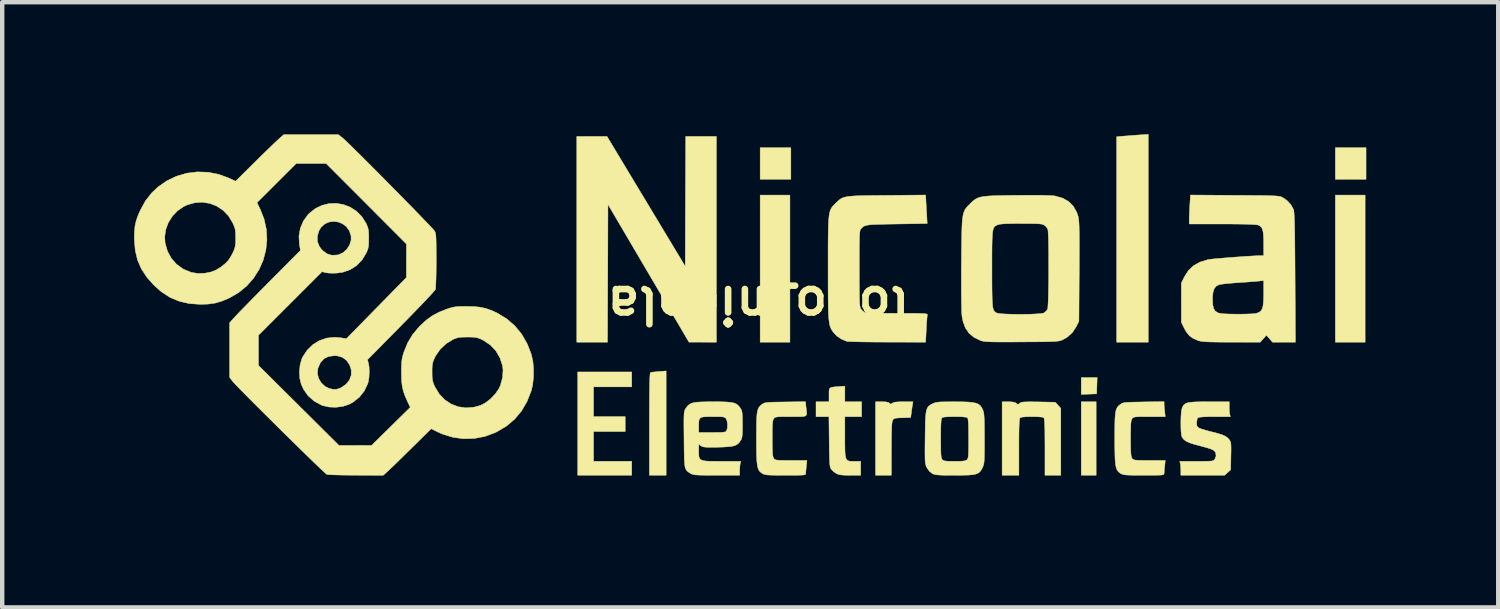
<source format=kicad_pcb>
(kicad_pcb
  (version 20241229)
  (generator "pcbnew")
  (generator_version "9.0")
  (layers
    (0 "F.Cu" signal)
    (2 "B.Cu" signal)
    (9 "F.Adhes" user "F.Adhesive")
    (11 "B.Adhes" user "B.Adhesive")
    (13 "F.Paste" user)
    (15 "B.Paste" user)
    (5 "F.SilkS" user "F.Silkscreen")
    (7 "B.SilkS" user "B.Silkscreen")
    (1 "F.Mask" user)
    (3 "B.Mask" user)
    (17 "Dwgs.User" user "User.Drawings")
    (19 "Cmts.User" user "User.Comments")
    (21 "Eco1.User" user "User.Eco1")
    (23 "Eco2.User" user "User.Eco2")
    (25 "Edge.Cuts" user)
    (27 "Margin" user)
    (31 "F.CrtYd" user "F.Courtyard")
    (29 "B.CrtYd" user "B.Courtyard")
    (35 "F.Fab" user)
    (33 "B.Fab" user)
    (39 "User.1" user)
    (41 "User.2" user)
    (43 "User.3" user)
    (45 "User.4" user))
  (footprint "logo_nicolai"
    (layer "F.Cu")
    (at 14.004 3.885)
    (property "Reference" "logo_nicolai" (at 0 0 180) (unlocked yes) (layer "F.SilkS") (effects (font (size 0.8 0.8) (thickness 0.15))))
    (attr through_hole)
    (fp_poly (pts (xy 0.91 0.847) (xy 0.233 0.847) (xy 0.233 -2.498) (xy 0.91 -2.498) (xy 0.91 0.847)) (stroke (width 0.01) (type solid)) (fill yes) (layer "F.SilkS"))
    (fp_poly (pts (xy 0.931 -2.857) (xy 0.233 -2.857) (xy 0.233 -3.577) (xy 0.931 -3.577) (xy 0.931 -2.857)) (stroke (width 0.01) (type solid)) (fill yes) (layer "F.SilkS"))
    (fp_poly (pts (xy 7.874 3.873) (xy 7.535 3.873) (xy 7.535 2.201) (xy 7.874 2.201) (xy 7.874 3.873)) (stroke (width 0.01) (type solid)) (fill yes) (layer "F.SilkS"))
    (fp_poly (pts (xy 13.991 0.847) (xy 13.314 0.847) (xy 13.314 -2.498) (xy 13.991 -2.498) (xy 13.991 0.847)) (stroke (width 0.01) (type solid)) (fill yes) (layer "F.SilkS"))
    (fp_poly (pts (xy 14.012 -2.857) (xy 13.314 -2.857) (xy 13.314 -3.577) (xy 14.012 -3.577) (xy 14.012 -2.857)) (stroke (width 0.01) (type solid)) (fill yes) (layer "F.SilkS"))
    (fp_poly (pts (xy 7.891 1.836) (xy 7.885 2.021) (xy 7.71 2.028) (xy 7.535 2.034) (xy 7.535 1.651) (xy 7.897 1.651) (xy 7.891 1.836)) (stroke (width 0.01) (type solid)) (fill yes) (layer "F.SilkS"))
    (fp_poly (pts (xy 9.059 0.847) (xy 8.34 0.847) (xy 8.34 -3.825) (xy 8.493 -3.839) (xy 8.587 -3.846) (xy 8.703 -3.855) (xy 8.819 -3.864) (xy 8.853 -3.866) (xy 9.059 -3.88) (xy 9.059 0.847)) (stroke (width 0.01) (type solid)) (fill yes) (layer "F.SilkS"))
    (fp_poly (pts (xy -2.688 1.863) (xy -3.556 1.863) (xy -3.556 2.54) (xy -2.836 2.54) (xy -2.836 2.879) (xy -3.556 2.879) (xy -3.556 3.556) (xy -2.688 3.556) (xy -2.688 3.873) (xy -3.916 3.873) (xy -3.916 1.524) (xy -2.688 1.524) (xy -2.688 1.863)) (stroke (width 0.01) (type solid)) (fill yes) (layer "F.SilkS"))
    (fp_poly (pts (xy -0.762 0.847) (xy -1.074 0.846) (xy -1.386 0.845) (xy -3.228 -2.287) (xy -3.233 -0.72) (xy -3.239 0.847) (xy -3.937 0.847) (xy -3.937 -3.831) (xy -3.593 -3.831) (xy -3.249 -3.831) (xy -1.471 -0.878) (xy -1.466 -2.355) (xy -1.46 -3.831) (xy -0.762 -3.831) (xy -0.762 0.847)) (stroke (width 0.01) (type solid)) (fill yes) (layer "F.SilkS"))
    (fp_poly (pts (xy -1.905 3.873) (xy -2.286 3.873) (xy -2.286 2.709) (xy -2.286 2.446) (xy -2.285 2.223) (xy -2.284 2.037) (xy -2.282 1.885) (xy -2.28 1.764) (xy -2.277 1.672) (xy -2.273 1.606) (xy -2.269 1.563) (xy -2.264 1.541) (xy -2.26 1.536) (xy -2.227 1.53) (xy -2.164 1.523) (xy -2.084 1.515) (xy -2.069 1.514) (xy -1.905 1.501) (xy -1.905 3.873)) (stroke (width 0.01) (type solid)) (fill yes) (layer "F.SilkS"))
    (fp_poly (pts (xy 3.094 2.205) (xy 3.15 2.217) (xy 3.175 2.234) (xy 3.2 2.255) (xy 3.226 2.244) (xy 3.238 2.234) (xy 3.267 2.218) (xy 3.317 2.208) (xy 3.396 2.203) (xy 3.491 2.201) (xy 3.709 2.201) (xy 3.697 2.27) (xy 3.687 2.333) (xy 3.675 2.413) (xy 3.671 2.449) (xy 3.657 2.56) (xy 3.464 2.566) (xy 3.372 2.569) (xy 3.314 2.575) (xy 3.279 2.585) (xy 3.258 2.602) (xy 3.245 2.625) (xy 3.236 2.655) (xy 3.229 2.71) (xy 3.224 2.793) (xy 3.221 2.908) (xy 3.219 3.058) (xy 3.218 3.247) (xy 3.218 3.276) (xy 3.217 3.873) (xy 2.857 3.873) (xy 2.857 2.201) (xy 3.003 2.201) (xy 3.094 2.205)) (stroke (width 0.01) (type solid)) (fill yes) (layer "F.SilkS"))
    (fp_poly (pts (xy 5.97 2.206) (xy 6.03 2.219) (xy 6.057 2.236) (xy 6.089 2.26) (xy 6.115 2.253) (xy 6.136 2.235) (xy 6.155 2.222) (xy 6.182 2.213) (xy 6.223 2.207) (xy 6.286 2.204) (xy 6.375 2.203) (xy 6.498 2.204) (xy 6.561 2.205) (xy 6.946 2.212) (xy 7.008 2.281) (xy 7.07 2.35) (xy 7.07 3.873) (xy 6.71 3.873) (xy 6.71 3.232) (xy 6.709 3.034) (xy 6.708 2.875) (xy 6.705 2.752) (xy 6.701 2.663) (xy 6.695 2.603) (xy 6.688 2.572) (xy 6.684 2.565) (xy 6.648 2.552) (xy 6.57 2.544) (xy 6.451 2.54) (xy 6.413 2.54) (xy 6.284 2.542) (xy 6.195 2.55) (xy 6.148 2.562) (xy 6.143 2.565) (xy 6.135 2.586) (xy 6.128 2.633) (xy 6.124 2.708) (xy 6.12 2.816) (xy 6.118 2.958) (xy 6.117 3.139) (xy 6.117 3.232) (xy 6.117 3.873) (xy 5.736 3.873) (xy 5.736 2.201) (xy 5.877 2.201) (xy 5.97 2.206)) (stroke (width 0.01) (type solid)) (fill yes) (layer "F.SilkS"))
    (fp_poly (pts (xy 2.159 2.201) (xy 2.54 2.201) (xy 2.54 2.54) (xy 2.159 2.54) (xy 2.159 3.001) (xy 2.159 3.168) (xy 2.161 3.298) (xy 2.166 3.395) (xy 2.176 3.464) (xy 2.194 3.51) (xy 2.22 3.537) (xy 2.257 3.551) (xy 2.307 3.556) (xy 2.371 3.556) (xy 2.519 3.556) (xy 2.519 3.873) (xy 2.281 3.873) (xy 2.163 3.872) (xy 2.079 3.866) (xy 2.018 3.855) (xy 1.972 3.837) (xy 1.97 3.836) (xy 1.908 3.795) (xy 1.856 3.743) (xy 1.854 3.74) (xy 1.84 3.72) (xy 1.83 3.696) (xy 1.822 3.664) (xy 1.816 3.618) (xy 1.812 3.553) (xy 1.809 3.463) (xy 1.806 3.344) (xy 1.804 3.19) (xy 1.803 3.11) (xy 1.797 2.54) (xy 1.503 2.54) (xy 1.503 2.201) (xy 1.799 2.201) (xy 1.799 2.043) (xy 1.799 1.968) (xy 1.805 1.918) (xy 1.823 1.888) (xy 1.861 1.872) (xy 1.926 1.863) (xy 2.026 1.855) (xy 2.027 1.855) (xy 2.159 1.846) (xy 2.159 2.201)) (stroke (width 0.01) (type solid)) (fill yes) (layer "F.SilkS"))
    (fp_poly (pts (xy 9.419 2.258) (xy 9.422 2.315) (xy 9.429 2.39) (xy 9.433 2.429) (xy 9.446 2.54) (xy 9.085 2.54) (xy 8.953 2.54) (xy 8.857 2.541) (xy 8.79 2.544) (xy 8.747 2.55) (xy 8.72 2.559) (xy 8.703 2.571) (xy 8.69 2.587) (xy 8.678 2.611) (xy 8.669 2.648) (xy 8.663 2.704) (xy 8.66 2.785) (xy 8.658 2.897) (xy 8.657 3.037) (xy 8.658 3.184) (xy 8.66 3.294) (xy 8.664 3.374) (xy 8.67 3.429) (xy 8.679 3.465) (xy 8.69 3.488) (xy 8.704 3.505) (xy 8.722 3.517) (xy 8.75 3.526) (xy 8.796 3.531) (xy 8.864 3.534) (xy 8.963 3.535) (xy 9.085 3.535) (xy 9.446 3.535) (xy 9.433 3.665) (xy 9.425 3.741) (xy 9.421 3.804) (xy 9.419 3.834) (xy 9.417 3.847) (xy 9.407 3.857) (xy 9.383 3.864) (xy 9.342 3.869) (xy 9.277 3.871) (xy 9.183 3.873) (xy 9.055 3.873) (xy 8.959 3.873) (xy 8.805 3.873) (xy 8.688 3.872) (xy 8.601 3.869) (xy 8.539 3.865) (xy 8.495 3.858) (xy 8.462 3.848) (xy 8.437 3.836) (xy 8.433 3.833) (xy 8.396 3.808) (xy 8.367 3.778) (xy 8.344 3.74) (xy 8.326 3.687) (xy 8.314 3.617) (xy 8.305 3.523) (xy 8.301 3.402) (xy 8.298 3.248) (xy 8.297 3.057) (xy 8.297 3.032) (xy 8.298 2.844) (xy 8.299 2.693) (xy 8.303 2.574) (xy 8.31 2.483) (xy 8.321 2.415) (xy 8.336 2.363) (xy 8.357 2.325) (xy 8.385 2.293) (xy 8.42 2.264) (xy 8.431 2.256) (xy 8.453 2.241) (xy 8.48 2.23) (xy 8.516 2.222) (xy 8.568 2.216) (xy 8.642 2.212) (xy 8.744 2.209) (xy 8.88 2.207) (xy 8.955 2.205) (xy 9.419 2.199) (xy 9.419 2.258)) (stroke (width 0.01) (type solid)) (fill yes) (layer "F.SilkS"))
    (fp_poly (pts (xy 10.901 2.323) (xy 10.903 2.399) (xy 10.909 2.464) (xy 10.914 2.492) (xy 10.927 2.54) (xy 10.569 2.54) (xy 10.418 2.541) (xy 10.307 2.545) (xy 10.232 2.552) (xy 10.192 2.561) (xy 10.185 2.565) (xy 10.17 2.601) (xy 10.161 2.66) (xy 10.16 2.682) (xy 10.164 2.742) (xy 10.18 2.776) (xy 10.219 2.8) (xy 10.229 2.805) (xy 10.278 2.823) (xy 10.357 2.847) (xy 10.452 2.873) (xy 10.518 2.89) (xy 10.645 2.923) (xy 10.737 2.952) (xy 10.804 2.981) (xy 10.854 3.014) (xy 10.893 3.053) (xy 10.9 3.063) (xy 10.918 3.088) (xy 10.93 3.116) (xy 10.938 3.154) (xy 10.941 3.209) (xy 10.942 3.29) (xy 10.94 3.405) (xy 10.939 3.435) (xy 10.933 3.75) (xy 10.794 3.873) (xy 9.8 3.873) (xy 9.8 3.762) (xy 9.797 3.689) (xy 9.791 3.626) (xy 9.787 3.604) (xy 9.774 3.556) (xy 10.156 3.556) (xy 10.292 3.556) (xy 10.392 3.555) (xy 10.462 3.552) (xy 10.509 3.547) (xy 10.538 3.539) (xy 10.556 3.528) (xy 10.57 3.511) (xy 10.572 3.509) (xy 10.602 3.435) (xy 10.591 3.362) (xy 10.567 3.324) (xy 10.537 3.301) (xy 10.482 3.276) (xy 10.397 3.248) (xy 10.277 3.215) (xy 10.246 3.207) (xy 10.106 3.17) (xy 10.002 3.136) (xy 9.927 3.102) (xy 9.875 3.066) (xy 9.839 3.025) (xy 9.827 3.004) (xy 9.814 2.956) (xy 9.805 2.876) (xy 9.801 2.776) (xy 9.8 2.665) (xy 9.803 2.555) (xy 9.809 2.455) (xy 9.82 2.377) (xy 9.83 2.34) (xy 9.851 2.298) (xy 9.876 2.265) (xy 9.911 2.241) (xy 9.962 2.223) (xy 10.034 2.212) (xy 10.131 2.205) (xy 10.26 2.202) (xy 10.425 2.201) (xy 10.445 2.201) (xy 10.901 2.201) (xy 10.901 2.323)) (stroke (width 0.01) (type solid)) (fill yes) (layer "F.SilkS"))
    (fp_poly (pts (xy 1.277 2.33) (xy 1.286 2.407) (xy 1.291 2.462) (xy 1.286 2.5) (xy 1.266 2.523) (xy 1.226 2.535) (xy 1.159 2.54) (xy 1.061 2.541) (xy 0.933 2.54) (xy 0.801 2.54) (xy 0.706 2.541) (xy 0.64 2.544) (xy 0.597 2.55) (xy 0.57 2.559) (xy 0.553 2.572) (xy 0.541 2.587) (xy 0.529 2.611) (xy 0.52 2.648) (xy 0.514 2.704) (xy 0.51 2.785) (xy 0.509 2.897) (xy 0.508 3.037) (xy 0.509 3.184) (xy 0.511 3.294) (xy 0.514 3.374) (xy 0.521 3.429) (xy 0.53 3.465) (xy 0.541 3.488) (xy 0.555 3.505) (xy 0.573 3.517) (xy 0.601 3.526) (xy 0.646 3.531) (xy 0.715 3.534) (xy 0.814 3.535) (xy 0.936 3.535) (xy 1.297 3.535) (xy 1.284 3.665) (xy 1.276 3.741) (xy 1.271 3.804) (xy 1.27 3.834) (xy 1.268 3.847) (xy 1.258 3.857) (xy 1.234 3.864) (xy 1.193 3.869) (xy 1.127 3.871) (xy 1.033 3.873) (xy 0.906 3.873) (xy 0.81 3.873) (xy 0.656 3.873) (xy 0.539 3.872) (xy 0.452 3.869) (xy 0.39 3.865) (xy 0.345 3.858) (xy 0.313 3.848) (xy 0.287 3.836) (xy 0.284 3.833) (xy 0.247 3.808) (xy 0.217 3.778) (xy 0.194 3.74) (xy 0.177 3.687) (xy 0.165 3.617) (xy 0.156 3.523) (xy 0.151 3.402) (xy 0.149 3.248) (xy 0.148 3.057) (xy 0.148 3.032) (xy 0.149 2.844) (xy 0.15 2.693) (xy 0.154 2.574) (xy 0.161 2.483) (xy 0.172 2.415) (xy 0.187 2.363) (xy 0.208 2.325) (xy 0.236 2.293) (xy 0.27 2.264) (xy 0.282 2.256) (xy 0.304 2.241) (xy 0.331 2.23) (xy 0.367 2.222) (xy 0.42 2.216) (xy 0.494 2.212) (xy 0.596 2.209) (xy 0.733 2.207) (xy 0.803 2.206) (xy 1.264 2.199) (xy 1.277 2.33)) (stroke (width 0.01) (type solid)) (fill yes) (layer "F.SilkS"))
    (fp_poly (pts (xy 4.014 -2.176) (xy 4.032 -1.852) (xy 3.344 -1.841) (xy 3.149 -1.838) (xy 2.992 -1.835) (xy 2.867 -1.831) (xy 2.771 -1.826) (xy 2.698 -1.819) (xy 2.645 -1.809) (xy 2.606 -1.796) (xy 2.576 -1.78) (xy 2.552 -1.759) (xy 2.529 -1.735) (xy 2.519 -1.722) (xy 2.51 -1.706) (xy 2.503 -1.682) (xy 2.498 -1.647) (xy 2.494 -1.596) (xy 2.491 -1.525) (xy 2.489 -1.431) (xy 2.488 -1.309) (xy 2.487 -1.156) (xy 2.487 -0.967) (xy 2.487 -0.828) (xy 2.487 -0.613) (xy 2.488 -0.436) (xy 2.489 -0.293) (xy 2.49 -0.181) (xy 2.493 -0.095) (xy 2.496 -0.03) (xy 2.501 0.016) (xy 2.507 0.049) (xy 2.515 0.072) (xy 2.524 0.09) (xy 2.525 0.092) (xy 2.569 0.14) (xy 2.617 0.17) (xy 2.651 0.175) (xy 2.722 0.18) (xy 2.825 0.184) (xy 2.955 0.187) (xy 3.107 0.189) (xy 3.274 0.19) (xy 3.358 0.191) (xy 3.547 0.191) (xy 3.697 0.191) (xy 3.814 0.192) (xy 3.901 0.194) (xy 3.963 0.197) (xy 4.003 0.202) (xy 4.025 0.208) (xy 4.035 0.215) (xy 4.036 0.225) (xy 4.035 0.228) (xy 4.03 0.262) (xy 4.025 0.329) (xy 4.018 0.421) (xy 4.012 0.528) (xy 4.011 0.556) (xy 3.996 0.847) (xy 3.125 0.845) (xy 2.935 0.844) (xy 2.757 0.843) (xy 2.596 0.841) (xy 2.455 0.838) (xy 2.341 0.835) (xy 2.257 0.832) (xy 2.209 0.828) (xy 2.201 0.827) (xy 2.078 0.775) (xy 1.971 0.702) (xy 1.905 0.631) (xy 1.878 0.594) (xy 1.856 0.559) (xy 1.837 0.522) (xy 1.822 0.48) (xy 1.809 0.429) (xy 1.8 0.365) (xy 1.792 0.285) (xy 1.786 0.185) (xy 1.783 0.062) (xy 1.78 -0.088) (xy 1.779 -0.268) (xy 1.778 -0.482) (xy 1.778 -0.734) (xy 1.778 -0.826) (xy 1.778 -1.094) (xy 1.778 -1.324) (xy 1.779 -1.519) (xy 1.782 -1.681) (xy 1.785 -1.815) (xy 1.791 -1.925) (xy 1.799 -2.013) (xy 1.81 -2.083) (xy 1.824 -2.138) (xy 1.842 -2.182) (xy 1.863 -2.219) (xy 1.89 -2.252) (xy 1.921 -2.285) (xy 1.955 -2.318) (xy 1.995 -2.357) (xy 2.031 -2.389) (xy 2.068 -2.415) (xy 2.11 -2.436) (xy 2.16 -2.452) (xy 2.224 -2.465) (xy 2.305 -2.474) (xy 2.407 -2.481) (xy 2.535 -2.485) (xy 2.693 -2.488) (xy 2.885 -2.49) (xy 3.114 -2.492) (xy 3.996 -2.5) (xy 4.014 -2.176)) (stroke (width 0.01) (type solid)) (fill yes) (layer "F.SilkS"))
    (fp_poly (pts (xy -0.672 2.202) (xy -0.544 2.206) (xy -0.446 2.214) (xy -0.373 2.227) (xy -0.319 2.247) (xy -0.277 2.275) (xy -0.242 2.313) (xy -0.217 2.347) (xy -0.198 2.379) (xy -0.185 2.413) (xy -0.177 2.456) (xy -0.172 2.518) (xy -0.17 2.606) (xy -0.169 2.72) (xy -0.17 2.84) (xy -0.172 2.926) (xy -0.177 2.987) (xy -0.186 3.029) (xy -0.199 3.062) (xy -0.218 3.092) (xy -0.253 3.139) (xy -0.292 3.173) (xy -0.342 3.198) (xy -0.409 3.215) (xy -0.5 3.225) (xy -0.622 3.232) (xy -0.722 3.235) (xy -0.851 3.237) (xy -0.945 3.237) (xy -1.012 3.234) (xy -1.057 3.228) (xy -1.089 3.217) (xy -1.109 3.206) (xy -1.164 3.17) (xy -1.164 3.321) (xy -1.164 3.394) (xy -1.159 3.45) (xy -1.145 3.491) (xy -1.117 3.52) (xy -1.069 3.539) (xy -0.998 3.55) (xy -0.898 3.555) (xy -0.763 3.556) (xy -0.643 3.556) (xy -0.207 3.556) (xy -0.219 3.604) (xy -0.227 3.652) (xy -0.232 3.723) (xy -0.233 3.762) (xy -0.233 3.873) (xy -0.757 3.873) (xy -0.921 3.873) (xy -1.049 3.872) (xy -1.145 3.87) (xy -1.216 3.866) (xy -1.267 3.861) (xy -1.302 3.853) (xy -1.329 3.843) (xy -1.344 3.834) (xy -1.385 3.809) (xy -1.417 3.786) (xy -1.442 3.761) (xy -1.461 3.728) (xy -1.475 3.684) (xy -1.484 3.622) (xy -1.49 3.538) (xy -1.494 3.427) (xy -1.496 3.285) (xy -1.498 3.107) (xy -1.498 3.061) (xy -1.5 2.88) (xy -1.501 2.761) (xy -1.164 2.761) (xy -1.164 2.9) (xy -0.858 2.9) (xy -0.738 2.899) (xy -0.653 2.898) (xy -0.596 2.893) (xy -0.561 2.886) (xy -0.542 2.875) (xy -0.53 2.859) (xy -0.53 2.859) (xy -0.512 2.797) (xy -0.509 2.717) (xy -0.52 2.639) (xy -0.541 2.587) (xy -0.557 2.568) (xy -0.578 2.555) (xy -0.612 2.546) (xy -0.666 2.542) (xy -0.749 2.54) (xy -0.847 2.54) (xy -0.969 2.541) (xy -1.055 2.545) (xy -1.111 2.559) (xy -1.143 2.585) (xy -1.159 2.629) (xy -1.164 2.694) (xy -1.164 2.761) (xy -1.501 2.761) (xy -1.501 2.736) (xy -1.501 2.625) (xy -1.5 2.541) (xy -1.497 2.479) (xy -1.492 2.435) (xy -1.485 2.404) (xy -1.475 2.38) (xy -1.463 2.359) (xy -1.456 2.349) (xy -1.422 2.302) (xy -1.385 2.267) (xy -1.341 2.241) (xy -1.282 2.223) (xy -1.203 2.211) (xy -1.098 2.205) (xy -0.961 2.202) (xy -0.836 2.201) (xy -0.672 2.202)) (stroke (width 0.01) (type solid)) (fill yes) (layer "F.SilkS"))
    (fp_poly (pts (xy 4.829 2.203) (xy 4.963 2.208) (xy 5.066 2.218) (xy 5.143 2.234) (xy 5.199 2.258) (xy 5.24 2.291) (xy 5.272 2.336) (xy 5.292 2.375) (xy 5.304 2.406) (xy 5.314 2.44) (xy 5.321 2.482) (xy 5.326 2.539) (xy 5.33 2.616) (xy 5.332 2.719) (xy 5.333 2.852) (xy 5.334 3.021) (xy 5.334 3.038) (xy 5.334 3.209) (xy 5.333 3.344) (xy 5.331 3.447) (xy 5.329 3.524) (xy 5.324 3.581) (xy 5.317 3.623) (xy 5.308 3.656) (xy 5.296 3.685) (xy 5.286 3.705) (xy 5.258 3.757) (xy 5.227 3.797) (xy 5.188 3.826) (xy 5.135 3.847) (xy 5.064 3.861) (xy 4.967 3.869) (xy 4.84 3.872) (xy 4.676 3.873) (xy 4.656 3.873) (xy 4.506 3.873) (xy 4.392 3.872) (xy 4.307 3.868) (xy 4.246 3.863) (xy 4.202 3.855) (xy 4.168 3.844) (xy 4.148 3.835) (xy 4.079 3.779) (xy 4.026 3.703) (xy 4.012 3.674) (xy 4.001 3.646) (xy 3.993 3.613) (xy 3.987 3.57) (xy 3.983 3.511) (xy 3.982 3.432) (xy 3.981 3.326) (xy 3.982 3.188) (xy 3.984 3.035) (xy 4.339 3.035) (xy 4.34 3.186) (xy 4.341 3.3) (xy 4.344 3.384) (xy 4.349 3.442) (xy 4.356 3.481) (xy 4.365 3.505) (xy 4.374 3.517) (xy 4.395 3.534) (xy 4.426 3.546) (xy 4.477 3.552) (xy 4.553 3.555) (xy 4.653 3.556) (xy 4.764 3.555) (xy 4.841 3.551) (xy 4.892 3.543) (xy 4.924 3.53) (xy 4.935 3.521) (xy 4.948 3.506) (xy 4.958 3.484) (xy 4.965 3.449) (xy 4.97 3.395) (xy 4.972 3.318) (xy 4.974 3.21) (xy 4.974 3.067) (xy 4.974 3.038) (xy 4.973 2.872) (xy 4.971 2.744) (xy 4.966 2.653) (xy 4.959 2.595) (xy 4.95 2.567) (xy 4.949 2.565) (xy 4.914 2.553) (xy 4.839 2.544) (xy 4.722 2.54) (xy 4.657 2.54) (xy 4.522 2.542) (xy 4.428 2.548) (xy 4.375 2.559) (xy 4.365 2.565) (xy 4.355 2.59) (xy 4.348 2.644) (xy 4.343 2.732) (xy 4.34 2.855) (xy 4.339 3.017) (xy 4.339 3.035) (xy 3.984 3.035) (xy 3.984 3.016) (xy 3.986 2.827) (xy 3.989 2.675) (xy 3.995 2.555) (xy 4.003 2.464) (xy 4.016 2.396) (xy 4.034 2.346) (xy 4.058 2.309) (xy 4.09 2.282) (xy 4.131 2.258) (xy 4.16 2.243) (xy 4.194 2.229) (xy 4.232 2.218) (xy 4.281 2.21) (xy 4.346 2.205) (xy 4.436 2.203) (xy 4.557 2.202) (xy 4.658 2.202) (xy 4.829 2.203)) (stroke (width 0.01) (type solid)) (fill yes) (layer "F.SilkS"))
    (fp_poly (pts (xy 11.026 -2.493) (xy 11.258 -2.492) (xy 11.453 -2.49) (xy 11.612 -2.489) (xy 11.741 -2.487) (xy 11.843 -2.484) (xy 11.922 -2.481) (xy 11.981 -2.477) (xy 12.025 -2.472) (xy 12.058 -2.466) (xy 12.083 -2.458) (xy 12.104 -2.449) (xy 12.12 -2.441) (xy 12.221 -2.369) (xy 12.306 -2.275) (xy 12.361 -2.174) (xy 12.364 -2.165) (xy 12.37 -2.137) (xy 12.375 -2.088) (xy 12.379 -2.015) (xy 12.383 -1.915) (xy 12.387 -1.788) (xy 12.39 -1.63) (xy 12.392 -1.439) (xy 12.394 -1.212) (xy 12.396 -0.948) (xy 12.398 -0.644) (xy 12.398 -0.619) (xy 12.406 0.847) (xy 12.145 0.847) (xy 11.885 0.847) (xy 11.816 0.767) (xy 11.747 0.688) (xy 11.676 0.767) (xy 11.605 0.847) (xy 10.952 0.846) (xy 10.762 0.846) (xy 10.61 0.844) (xy 10.49 0.842) (xy 10.397 0.839) (xy 10.326 0.834) (xy 10.272 0.828) (xy 10.23 0.82) (xy 10.194 0.81) (xy 10.191 0.809) (xy 10.076 0.759) (xy 9.991 0.697) (xy 9.923 0.611) (xy 9.88 0.534) (xy 9.811 0.393) (xy 9.811 -0.125) (xy 10.52 -0.125) (xy 10.526 -0.005) (xy 10.545 0.081) (xy 10.582 0.139) (xy 10.639 0.176) (xy 10.675 0.188) (xy 10.726 0.197) (xy 10.81 0.203) (xy 10.918 0.207) (xy 11.039 0.209) (xy 11.165 0.209) (xy 11.286 0.207) (xy 11.392 0.203) (xy 11.475 0.197) (xy 11.521 0.189) (xy 11.579 0.168) (xy 11.621 0.136) (xy 11.651 0.087) (xy 11.67 0.016) (xy 11.68 -0.083) (xy 11.684 -0.217) (xy 11.684 -0.262) (xy 11.684 -0.555) (xy 11.573 -0.543) (xy 11.514 -0.537) (xy 11.422 -0.53) (xy 11.309 -0.521) (xy 11.183 -0.513) (xy 11.102 -0.507) (xy 10.977 -0.498) (xy 10.863 -0.488) (xy 10.767 -0.477) (xy 10.698 -0.468) (xy 10.672 -0.462) (xy 10.605 -0.429) (xy 10.56 -0.374) (xy 10.533 -0.291) (xy 10.521 -0.176) (xy 10.52 -0.125) (xy 9.811 -0.125) (xy 9.811 -0.498) (xy 9.881 -0.64) (xy 9.971 -0.782) (xy 10.088 -0.893) (xy 10.234 -0.975) (xy 10.411 -1.029) (xy 10.446 -1.035) (xy 10.499 -1.042) (xy 10.586 -1.051) (xy 10.7 -1.061) (xy 10.833 -1.072) (xy 10.977 -1.084) (xy 11.124 -1.094) (xy 11.266 -1.104) (xy 11.396 -1.112) (xy 11.506 -1.118) (xy 11.588 -1.121) (xy 11.615 -1.122) (xy 11.684 -1.122) (xy 11.684 -1.398) (xy 11.682 -1.537) (xy 11.674 -1.641) (xy 11.659 -1.714) (xy 11.634 -1.765) (xy 11.599 -1.798) (xy 11.554 -1.818) (xy 11.51 -1.825) (xy 11.424 -1.831) (xy 11.297 -1.836) (xy 11.13 -1.839) (xy 10.922 -1.841) (xy 10.739 -1.841) (xy 9.991 -1.841) (xy 9.991 -1.944) (xy 9.992 -2.01) (xy 9.996 -2.103) (xy 10.001 -2.209) (xy 10.005 -2.273) (xy 10.018 -2.5) (xy 11.026 -2.493)) (stroke (width 0.01) (type solid)) (fill yes) (layer "F.SilkS"))
    (fp_poly (pts (xy 6.525 -2.495) (xy 6.694 -2.493) (xy 6.823 -2.488) (xy 6.913 -2.482) (xy 6.944 -2.477) (xy 7.11 -2.43) (xy 7.247 -2.353) (xy 7.355 -2.245) (xy 7.433 -2.106) (xy 7.46 -2.028) (xy 7.468 -1.997) (xy 7.474 -1.961) (xy 7.479 -1.915) (xy 7.484 -1.856) (xy 7.487 -1.779) (xy 7.489 -1.682) (xy 7.49 -1.561) (xy 7.491 -1.412) (xy 7.491 -1.232) (xy 7.49 -1.016) (xy 7.489 -0.769) (xy 7.482 0.37) (xy 7.423 0.491) (xy 7.334 0.627) (xy 7.215 0.734) (xy 7.113 0.792) (xy 7.087 0.803) (xy 7.06 0.812) (xy 7.027 0.819) (xy 6.983 0.825) (xy 6.925 0.83) (xy 6.848 0.833) (xy 6.748 0.836) (xy 6.62 0.838) (xy 6.461 0.839) (xy 6.265 0.84) (xy 6.181 0.841) (xy 5.967 0.842) (xy 5.792 0.842) (xy 5.65 0.842) (xy 5.537 0.841) (xy 5.45 0.838) (xy 5.383 0.835) (xy 5.332 0.83) (xy 5.293 0.823) (xy 5.262 0.815) (xy 5.245 0.809) (xy 5.098 0.738) (xy 4.983 0.643) (xy 4.9 0.521) (xy 4.845 0.371) (xy 4.824 0.26) (xy 4.818 0.191) (xy 4.814 0.083) (xy 4.811 -0.065) (xy 4.809 -0.249) (xy 4.808 -0.468) (xy 4.808 -0.72) (xy 4.81 -0.944) (xy 4.81 -0.954) (xy 5.504 -0.954) (xy 5.504 -0.811) (xy 5.504 -0.588) (xy 5.505 -0.403) (xy 5.507 -0.253) (xy 5.51 -0.133) (xy 5.514 -0.04) (xy 5.521 0.03) (xy 5.53 0.081) (xy 5.542 0.118) (xy 5.558 0.143) (xy 5.578 0.161) (xy 5.601 0.176) (xy 5.611 0.182) (xy 5.652 0.193) (xy 5.727 0.201) (xy 5.829 0.207) (xy 5.951 0.211) (xy 6.083 0.213) (xy 6.219 0.213) (xy 6.352 0.211) (xy 6.472 0.206) (xy 6.574 0.2) (xy 6.648 0.191) (xy 6.686 0.182) (xy 6.737 0.141) (xy 6.769 0.096) (xy 6.775 0.062) (xy 6.78 -0.009) (xy 6.785 -0.111) (xy 6.788 -0.238) (xy 6.791 -0.385) (xy 6.794 -0.547) (xy 6.795 -0.717) (xy 6.795 -0.891) (xy 6.795 -1.062) (xy 6.794 -1.225) (xy 6.792 -1.374) (xy 6.789 -1.504) (xy 6.785 -1.609) (xy 6.78 -1.683) (xy 6.775 -1.722) (xy 6.774 -1.723) (xy 6.742 -1.773) (xy 6.696 -1.814) (xy 6.673 -1.827) (xy 6.643 -1.836) (xy 6.6 -1.843) (xy 6.539 -1.848) (xy 6.454 -1.85) (xy 6.338 -1.852) (xy 6.187 -1.852) (xy 6.171 -1.852) (xy 6.002 -1.851) (xy 5.871 -1.849) (xy 5.772 -1.845) (xy 5.701 -1.838) (xy 5.653 -1.829) (xy 5.635 -1.823) (xy 5.604 -1.809) (xy 5.578 -1.794) (xy 5.557 -1.773) (xy 5.54 -1.743) (xy 5.528 -1.7) (xy 5.518 -1.641) (xy 5.512 -1.56) (xy 5.508 -1.455) (xy 5.505 -1.321) (xy 5.504 -1.156) (xy 5.504 -0.954) (xy 4.81 -0.954) (xy 4.812 -1.195) (xy 4.814 -1.408) (xy 4.817 -1.587) (xy 4.821 -1.734) (xy 4.826 -1.854) (xy 4.834 -1.951) (xy 4.845 -2.028) (xy 4.859 -2.089) (xy 4.877 -2.139) (xy 4.899 -2.18) (xy 4.927 -2.217) (xy 4.96 -2.253) (xy 4.999 -2.292) (xy 5.005 -2.298) (xy 5.051 -2.344) (xy 5.094 -2.381) (xy 5.139 -2.411) (xy 5.188 -2.435) (xy 5.249 -2.454) (xy 5.324 -2.467) (xy 5.418 -2.477) (xy 5.537 -2.483) (xy 5.685 -2.488) (xy 5.866 -2.491) (xy 6.064 -2.493) (xy 6.315 -2.495) (xy 6.525 -2.495)) (stroke (width 0.01) (type solid)) (fill yes) (layer "F.SilkS"))
    (fp_poly (pts (xy -9.257 -3.792) (xy -9.222 -3.761) (xy -9.161 -3.704) (xy -9.078 -3.623) (xy -8.975 -3.522) (xy -8.856 -3.404) (xy -8.724 -3.272) (xy -8.581 -3.129) (xy -8.431 -2.979) (xy -8.277 -2.823) (xy -8.122 -2.666) (xy -7.968 -2.51) (xy -7.82 -2.359) (xy -7.679 -2.216) (xy -7.55 -2.083) (xy -7.435 -1.963) (xy -7.336 -1.861) (xy -7.258 -1.779) (xy -7.204 -1.72) (xy -7.175 -1.686) (xy -7.173 -1.683) (xy -7.161 -1.661) (xy -7.152 -1.634) (xy -7.145 -1.598) (xy -7.14 -1.546) (xy -7.137 -1.473) (xy -7.135 -1.376) (xy -7.134 -1.248) (xy -7.133 -1.085) (xy -7.133 -1.012) (xy -7.134 -0.853) (xy -7.136 -0.707) (xy -7.139 -0.577) (xy -7.143 -0.472) (xy -7.147 -0.396) (xy -7.152 -0.355) (xy -7.153 -0.352) (xy -7.172 -0.327) (xy -7.217 -0.275) (xy -7.287 -0.199) (xy -7.377 -0.102) (xy -7.486 0.012) (xy -7.611 0.141) (xy -7.748 0.282) (xy -7.894 0.431) (xy -7.935 0.473) (xy -8.697 1.246) (xy -8.677 1.316) (xy -8.661 1.407) (xy -8.656 1.521) (xy -8.662 1.64) (xy -8.678 1.746) (xy -8.69 1.788) (xy -8.768 1.954) (xy -8.879 2.095) (xy -9.022 2.209) (xy -9.12 2.262) (xy -9.258 2.307) (xy -9.413 2.327) (xy -9.57 2.321) (xy -9.713 2.289) (xy -9.745 2.277) (xy -9.911 2.186) (xy -10.046 2.067) (xy -10.151 1.919) (xy -10.203 1.805) (xy -10.236 1.671) (xy -10.242 1.56) (xy -9.835 1.56) (xy -9.808 1.671) (xy -9.749 1.771) (xy -9.663 1.851) (xy -9.578 1.894) (xy -9.482 1.92) (xy -9.401 1.919) (xy -9.317 1.891) (xy -9.293 1.879) (xy -9.183 1.803) (xy -9.107 1.707) (xy -9.067 1.598) (xy -9.065 1.481) (xy -9.102 1.365) (xy -9.172 1.261) (xy -9.264 1.192) (xy -9.381 1.158) (xy -9.451 1.154) (xy -9.581 1.171) (xy -9.686 1.222) (xy -9.765 1.308) (xy -9.819 1.427) (xy -9.825 1.446) (xy -9.835 1.56) (xy -10.242 1.56) (xy -10.245 1.52) (xy -10.23 1.369) (xy -10.193 1.233) (xy -10.173 1.188) (xy -10.069 1.029) (xy -9.94 0.902) (xy -9.79 0.81) (xy -9.622 0.753) (xy -9.441 0.735) (xy -9.313 0.746) (xy -9.176 0.767) (xy -8.494 0.071) (xy -7.812 -0.624) (xy -7.812 -1.005) (xy -7.811 -1.386) (xy -8.724 -2.302) (xy -9.638 -3.217) (xy -10.318 -3.217) (xy -10.764 -2.772) (xy -11.21 -2.327) (xy -11.14 -2.185) (xy -11.049 -1.954) (xy -10.997 -1.718) (xy -10.984 -1.482) (xy -11.008 -1.249) (xy -11.067 -1.023) (xy -11.16 -0.809) (xy -11.285 -0.612) (xy -11.441 -0.434) (xy -11.627 -0.281) (xy -11.841 -0.157) (xy -11.843 -0.156) (xy -12.006 -0.088) (xy -12.159 -0.043) (xy -12.32 -0.02) (xy -12.499 -0.014) (xy -12.749 -0.031) (xy -12.976 -0.083) (xy -13.185 -0.17) (xy -13.38 -0.296) (xy -13.549 -0.444) (xy -13.713 -0.628) (xy -13.838 -0.819) (xy -13.926 -1.02) (xy -13.978 -1.239) (xy -13.999 -1.481) (xy -13.999 -1.503) (xy -13.999 -1.544) (xy -13.309 -1.544) (xy -13.298 -1.401) (xy -13.245 -1.221) (xy -13.158 -1.061) (xy -13.041 -0.927) (xy -12.896 -0.822) (xy -12.859 -0.803) (xy -12.703 -0.741) (xy -12.551 -0.715) (xy -12.391 -0.722) (xy -12.242 -0.753) (xy -12.139 -0.795) (xy -12.029 -0.863) (xy -11.926 -0.946) (xy -11.866 -1.009) (xy -11.826 -1.065) (xy -11.782 -1.142) (xy -11.752 -1.199) (xy -11.724 -1.266) (xy -11.707 -1.326) (xy -11.698 -1.394) (xy -11.695 -1.486) (xy -11.695 -1.524) (xy -11.696 -1.624) (xy -11.702 -1.697) (xy -11.716 -1.757) (xy -11.741 -1.821) (xy -11.762 -1.867) (xy -11.858 -2.025) (xy -11.98 -2.152) (xy -12.123 -2.247) (xy -12.282 -2.309) (xy -12.45 -2.336) (xy -12.623 -2.325) (xy -12.796 -2.276) (xy -12.876 -2.238) (xy -13.019 -2.14) (xy -13.137 -2.015) (xy -13.228 -1.869) (xy -13.286 -1.71) (xy -13.309 -1.544) (xy -13.999 -1.544) (xy -13.997 -1.661) (xy -13.984 -1.794) (xy -13.957 -1.915) (xy -13.913 -2.04) (xy -13.864 -2.151) (xy -13.748 -2.364) (xy -13.607 -2.545) (xy -13.462 -2.683) (xy -13.26 -2.823) (xy -13.04 -2.928) (xy -12.807 -2.996) (xy -12.566 -3.026) (xy -12.324 -3.018) (xy -12.084 -2.972) (xy -11.861 -2.89) (xy -11.696 -2.814) (xy -11.283 -3.223) (xy -11.166 -3.339) (xy -11.052 -3.451) (xy -10.945 -3.554) (xy -10.853 -3.643) (xy -10.78 -3.713) (xy -10.736 -3.753) (xy -10.602 -3.873) (xy -9.359 -3.873) (xy -9.257 -3.792)) (stroke (width 0.01) (type solid)) (fill yes) (layer "F.SilkS"))
    (fp_poly (pts (xy -9.243 -2.283) (xy -9.089 -2.223) (xy -8.948 -2.132) (xy -8.827 -2.011) (xy -8.731 -1.861) (xy -8.724 -1.845) (xy -8.697 -1.782) (xy -8.68 -1.725) (xy -8.671 -1.659) (xy -8.668 -1.571) (xy -8.668 -1.513) (xy -8.669 -1.409) (xy -8.675 -1.334) (xy -8.687 -1.274) (xy -8.709 -1.217) (xy -8.723 -1.185) (xy -8.821 -1.024) (xy -8.944 -0.896) (xy -9.092 -0.802) (xy -9.261 -0.743) (xy -9.406 -0.724) (xy -9.498 -0.722) (xy -9.585 -0.726) (xy -9.648 -0.734) (xy -9.655 -0.736) (xy -9.731 -0.757) (xy -10.454 -0.034) (xy -11.176 0.688) (xy -11.176 1.376) (xy -10.261 2.285) (xy -9.345 3.195) (xy -8.975 3.195) (xy -8.604 3.194) (xy -7.724 2.328) (xy -7.787 2.196) (xy -7.843 2.069) (xy -7.882 1.958) (xy -7.907 1.848) (xy -7.921 1.727) (xy -7.925 1.582) (xy -7.926 1.524) (xy -7.926 1.524) (xy -7.228 1.524) (xy -7.227 1.624) (xy -7.221 1.696) (xy -7.207 1.757) (xy -7.183 1.82) (xy -7.161 1.867) (xy -7.064 2.027) (xy -6.94 2.157) (xy -6.795 2.253) (xy -6.633 2.315) (xy -6.46 2.34) (xy -6.28 2.326) (xy -6.126 2.284) (xy -6.008 2.222) (xy -5.891 2.13) (xy -5.787 2.019) (xy -5.706 1.9) (xy -5.674 1.831) (xy -5.624 1.648) (xy -5.614 1.475) (xy -5.627 1.38) (xy -5.686 1.2) (xy -5.779 1.041) (xy -5.903 0.91) (xy -6.055 0.808) (xy -6.07 0.8) (xy -6.139 0.767) (xy -6.196 0.747) (xy -6.254 0.736) (xy -6.328 0.731) (xy -6.424 0.73) (xy -6.528 0.732) (xy -6.603 0.737) (xy -6.663 0.75) (xy -6.722 0.771) (xy -6.757 0.787) (xy -6.909 0.881) (xy -7.042 1.006) (xy -7.145 1.153) (xy -7.16 1.183) (xy -7.193 1.253) (xy -7.213 1.312) (xy -7.224 1.372) (xy -7.228 1.451) (xy -7.228 1.524) (xy -7.926 1.524) (xy -7.924 1.4) (xy -7.92 1.306) (xy -7.911 1.231) (xy -7.896 1.163) (xy -7.875 1.089) (xy -7.868 1.069) (xy -7.782 0.859) (xy -7.67 0.673) (xy -7.525 0.499) (xy -7.492 0.466) (xy -7.357 0.342) (xy -7.222 0.245) (xy -7.074 0.166) (xy -6.906 0.099) (xy -6.825 0.071) (xy -6.757 0.053) (xy -6.691 0.041) (xy -6.614 0.035) (xy -6.515 0.033) (xy -6.445 0.033) (xy -6.272 0.037) (xy -6.128 0.052) (xy -5.999 0.081) (xy -5.873 0.126) (xy -5.748 0.183) (xy -5.532 0.314) (xy -5.346 0.475) (xy -5.189 0.666) (xy -5.063 0.887) (xy -4.971 1.123) (xy -4.936 1.28) (xy -4.92 1.459) (xy -4.922 1.646) (xy -4.942 1.822) (xy -4.971 1.947) (xy -5.067 2.193) (xy -5.192 2.409) (xy -5.348 2.595) (xy -5.535 2.754) (xy -5.753 2.884) (xy -5.789 2.901) (xy -6.022 2.989) (xy -6.264 3.036) (xy -6.51 3.043) (xy -6.753 3.01) (xy -6.991 2.937) (xy -7.101 2.888) (xy -7.249 2.815) (xy -7.662 3.223) (xy -7.779 3.338) (xy -7.893 3.45) (xy -7.998 3.553) (xy -8.09 3.643) (xy -8.163 3.712) (xy -8.206 3.753) (xy -8.337 3.873) (xy -8.957 3.872) (xy -9.117 3.871) (xy -9.265 3.869) (xy -9.394 3.866) (xy -9.5 3.863) (xy -9.577 3.859) (xy -9.618 3.854) (xy -9.622 3.853) (xy -9.645 3.835) (xy -9.694 3.79) (xy -9.768 3.721) (xy -9.862 3.631) (xy -9.974 3.523) (xy -10.101 3.399) (xy -10.24 3.263) (xy -10.388 3.118) (xy -10.542 2.967) (xy -10.699 2.812) (xy -10.856 2.656) (xy -11.01 2.503) (xy -11.158 2.356) (xy -11.297 2.217) (xy -11.424 2.089) (xy -11.536 1.976) (xy -11.63 1.88) (xy -11.703 1.804) (xy -11.752 1.751) (xy -11.772 1.727) (xy -11.832 1.645) (xy -11.832 0.404) (xy -11.701 0.26) (xy -11.659 0.215) (xy -11.59 0.143) (xy -11.499 0.05) (xy -11.389 -0.062) (xy -11.265 -0.189) (xy -11.13 -0.326) (xy -10.988 -0.469) (xy -10.896 -0.562) (xy -10.222 -1.24) (xy -10.246 -1.388) (xy -10.255 -1.559) (xy -9.838 -1.559) (xy -9.834 -1.438) (xy -9.789 -1.325) (xy -9.719 -1.238) (xy -9.616 -1.163) (xy -9.507 -1.13) (xy -9.386 -1.136) (xy -9.346 -1.145) (xy -9.246 -1.193) (xy -9.163 -1.271) (xy -9.102 -1.368) (xy -9.069 -1.476) (xy -9.071 -1.575) (xy -9.111 -1.69) (xy -9.177 -1.781) (xy -9.264 -1.847) (xy -9.364 -1.887) (xy -9.469 -1.9) (xy -9.574 -1.885) (xy -9.671 -1.841) (xy -9.753 -1.766) (xy -9.802 -1.684) (xy -9.838 -1.559) (xy -10.255 -1.559) (xy -10.255 -1.569) (xy -10.224 -1.745) (xy -10.155 -1.908) (xy -10.05 -2.053) (xy -10.025 -2.079) (xy -9.886 -2.19) (xy -9.733 -2.265) (xy -9.571 -2.305) (xy -9.406 -2.311) (xy -9.243 -2.283)) (stroke (width 0.01) (type solid)) (fill yes) (layer "F.SilkS")))
  (gr_rect
    (start -3 -3)
    (end 31.022 10.763)
    (stroke (width 0.1) (type default))
    (fill no)
    (layer "Edge.Cuts")))
</source>
